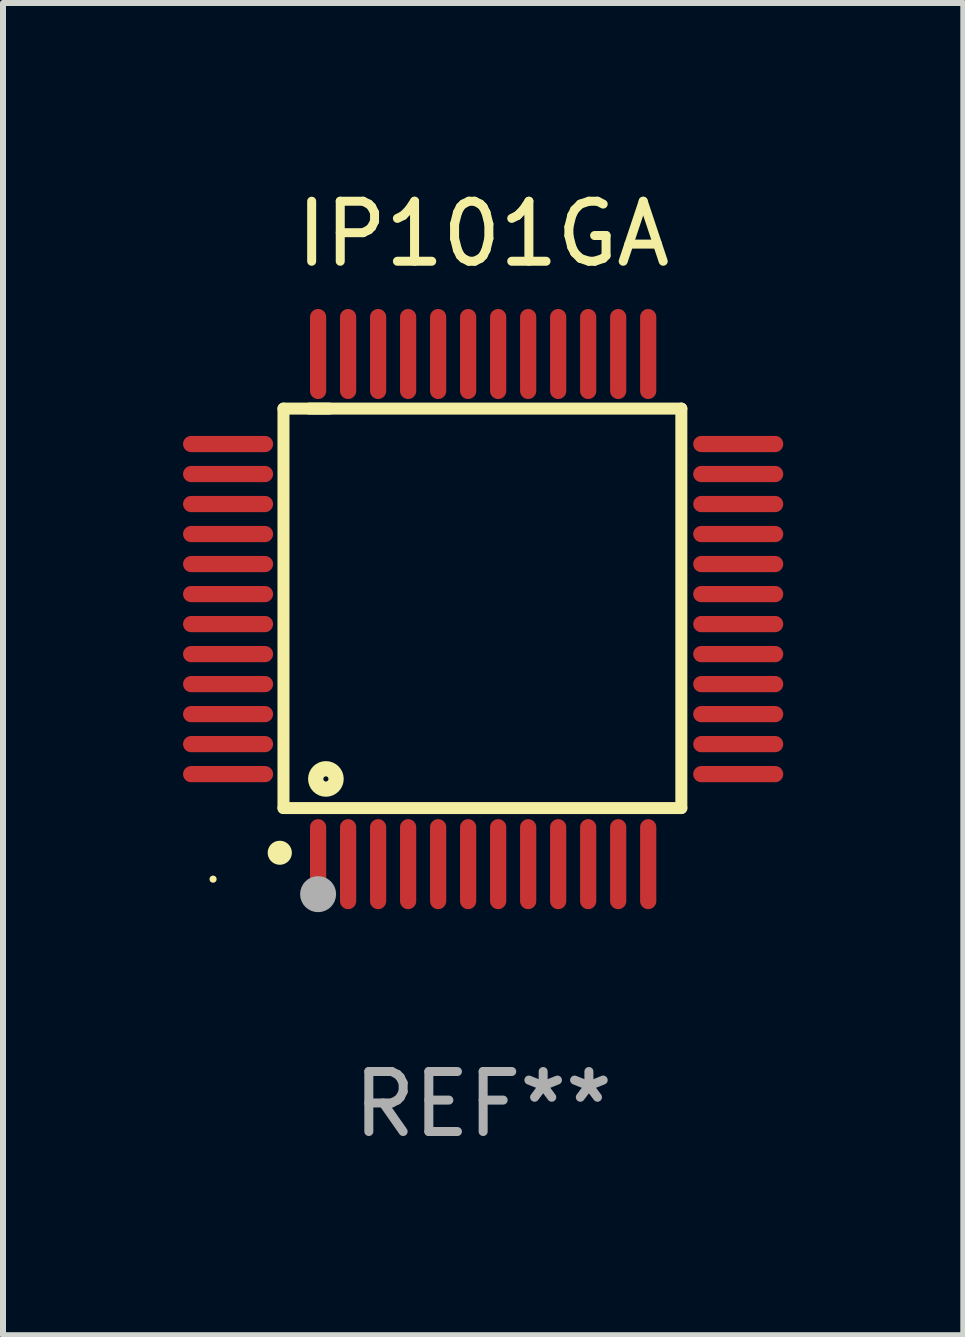
<source format=kicad_pcb>
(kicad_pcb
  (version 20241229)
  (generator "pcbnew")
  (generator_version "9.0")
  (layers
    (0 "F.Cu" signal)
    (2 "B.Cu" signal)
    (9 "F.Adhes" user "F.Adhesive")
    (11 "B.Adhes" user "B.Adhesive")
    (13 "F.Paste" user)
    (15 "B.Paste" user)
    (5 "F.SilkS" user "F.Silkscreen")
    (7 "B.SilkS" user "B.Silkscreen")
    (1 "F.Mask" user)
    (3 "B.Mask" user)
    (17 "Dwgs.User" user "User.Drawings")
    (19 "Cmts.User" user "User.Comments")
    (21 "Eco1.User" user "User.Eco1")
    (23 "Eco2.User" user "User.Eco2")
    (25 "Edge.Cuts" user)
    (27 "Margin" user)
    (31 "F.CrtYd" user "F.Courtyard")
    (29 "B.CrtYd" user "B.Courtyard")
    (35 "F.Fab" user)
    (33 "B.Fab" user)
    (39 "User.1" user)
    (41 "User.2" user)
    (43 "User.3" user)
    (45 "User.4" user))
  (footprint "IP101GA"
    (layer "F.Cu")
    (at 5 7.098)
    (property "Reference" "IP101GA" (at 0 -6.25 0) (layer "F.SilkS") (effects (font (size 1 1) (thickness 0.15))))
    (attr through_hole)
    (fp_line (start -3.327 -3.34) (end -2.565 -3.34) (stroke (width 0.2) (type solid)) (layer "F.SilkS"))
    (fp_line (start -3.327 3.315) (end -3.327 -3.34) (stroke (width 0.2) (type solid)) (layer "F.SilkS"))
    (fp_line (start -2.896 -3.34) (end 3.302 -3.34) (stroke (width 0.2) (type solid)) (layer "F.SilkS"))
    (fp_line (start 3.302 -3.34) (end 3.302 3.315) (stroke (width 0.2) (type solid)) (layer "F.SilkS"))
    (fp_line (start 3.302 3.315) (end -3.327 3.315) (stroke (width 0.2) (type solid)) (layer "F.SilkS"))
    (fp_arc (start -3.389992 4.059995) (mid -3.388722 4.059991) (end -3.387452 4.059995) (stroke (width 0.4) (type solid)) (layer "F.SilkS"))
    (fp_circle (center -4.5 4.5) (end -4.47 4.5) (stroke (width 0.06) (type solid)) (fill no) (layer "F.SilkS"))
    (fp_circle (center -2.62 2.83) (end -2.45 2.83) (stroke (width 0.254) (type solid)) (fill no) (layer "F.SilkS"))
    (fp_circle (center -2.75 4.75) (end -2.6 4.75) (stroke (width 0.3) (type solid)) (fill no) (layer "F.Fab"))
    (fp_text user "REF**" (at 0 8.25 0) (layer "F.Fab") (effects (font (size 1 1) (thickness 0.15))))
    (pad "1" smd oval (at -2.75 4.25) (size 0.27 1.5) (layers "F.Cu" "F.Mask" "F.Paste"))
    (pad "2" smd oval (at -2.25 4.25) (size 0.27 1.5) (layers "F.Cu" "F.Mask" "F.Paste"))
    (pad "3" smd oval (at -1.75 4.25) (size 0.27 1.5) (layers "F.Cu" "F.Mask" "F.Paste"))
    (pad "4" smd oval (at -1.25 4.25) (size 0.27 1.5) (layers "F.Cu" "F.Mask" "F.Paste"))
    (pad "5" smd oval (at -0.75 4.25) (size 0.27 1.5) (layers "F.Cu" "F.Mask" "F.Paste"))
    (pad "6" smd oval (at -0.25 4.25) (size 0.27 1.5) (layers "F.Cu" "F.Mask" "F.Paste"))
    (pad "7" smd oval (at 0.25 4.25) (size 0.27 1.5) (layers "F.Cu" "F.Mask" "F.Paste"))
    (pad "8" smd oval (at 0.75 4.25) (size 0.27 1.5) (layers "F.Cu" "F.Mask" "F.Paste"))
    (pad "9" smd oval (at 1.25 4.25) (size 0.27 1.5) (layers "F.Cu" "F.Mask" "F.Paste"))
    (pad "10" smd oval (at 1.75 4.25) (size 0.27 1.5) (layers "F.Cu" "F.Mask" "F.Paste"))
    (pad "11" smd oval (at 2.25 4.25) (size 0.27 1.5) (layers "F.Cu" "F.Mask" "F.Paste"))
    (pad "12" smd oval (at 2.75 4.25) (size 0.27 1.5) (layers "F.Cu" "F.Mask" "F.Paste"))
    (pad "13" smd oval (at 4.25 2.75) (size 1.5 0.27) (layers "F.Cu" "F.Mask" "F.Paste"))
    (pad "14" smd oval (at 4.25 2.25) (size 1.5 0.27) (layers "F.Cu" "F.Mask" "F.Paste"))
    (pad "15" smd oval (at 4.25 1.75) (size 1.5 0.27) (layers "F.Cu" "F.Mask" "F.Paste"))
    (pad "16" smd oval (at 4.25 1.25) (size 1.5 0.27) (layers "F.Cu" "F.Mask" "F.Paste"))
    (pad "17" smd oval (at 4.25 0.75) (size 1.5 0.27) (layers "F.Cu" "F.Mask" "F.Paste"))
    (pad "18" smd oval (at 4.25 0.25) (size 1.5 0.27) (layers "F.Cu" "F.Mask" "F.Paste"))
    (pad "19" smd oval (at 4.25 -0.25) (size 1.5 0.27) (layers "F.Cu" "F.Mask" "F.Paste"))
    (pad "20" smd oval (at 4.25 -0.75) (size 1.5 0.27) (layers "F.Cu" "F.Mask" "F.Paste"))
    (pad "21" smd oval (at 4.25 -1.25) (size 1.5 0.27) (layers "F.Cu" "F.Mask" "F.Paste"))
    (pad "22" smd oval (at 4.25 -1.75) (size 1.5 0.27) (layers "F.Cu" "F.Mask" "F.Paste"))
    (pad "23" smd oval (at 4.25 -2.25) (size 1.5 0.27) (layers "F.Cu" "F.Mask" "F.Paste"))
    (pad "24" smd oval (at 4.25 -2.75) (size 1.5 0.27) (layers "F.Cu" "F.Mask" "F.Paste"))
    (pad "25" smd oval (at 2.75 -4.25) (size 0.27 1.5) (layers "F.Cu" "F.Mask" "F.Paste"))
    (pad "26" smd oval (at 2.25 -4.25) (size 0.27 1.5) (layers "F.Cu" "F.Mask" "F.Paste"))
    (pad "27" smd oval (at 1.75 -4.25) (size 0.27 1.5) (layers "F.Cu" "F.Mask" "F.Paste"))
    (pad "28" smd oval (at 1.25 -4.25) (size 0.27 1.5) (layers "F.Cu" "F.Mask" "F.Paste"))
    (pad "29" smd oval (at 0.75 -4.25) (size 0.27 1.5) (layers "F.Cu" "F.Mask" "F.Paste"))
    (pad "30" smd oval (at 0.25 -4.25) (size 0.27 1.5) (layers "F.Cu" "F.Mask" "F.Paste"))
    (pad "31" smd oval (at -0.25 -4.25) (size 0.27 1.5) (layers "F.Cu" "F.Mask" "F.Paste"))
    (pad "32" smd oval (at -0.75 -4.25) (size 0.27 1.5) (layers "F.Cu" "F.Mask" "F.Paste"))
    (pad "33" smd oval (at -1.25 -4.25) (size 0.27 1.5) (layers "F.Cu" "F.Mask" "F.Paste"))
    (pad "34" smd oval (at -1.75 -4.25) (size 0.27 1.5) (layers "F.Cu" "F.Mask" "F.Paste"))
    (pad "35" smd oval (at -2.25 -4.25) (size 0.27 1.5) (layers "F.Cu" "F.Mask" "F.Paste"))
    (pad "36" smd oval (at -2.75 -4.25) (size 0.27 1.5) (layers "F.Cu" "F.Mask" "F.Paste"))
    (pad "37" smd oval (at -4.25 -2.75) (size 1.5 0.27) (layers "F.Cu" "F.Mask" "F.Paste"))
    (pad "38" smd oval (at -4.25 -2.25) (size 1.5 0.27) (layers "F.Cu" "F.Mask" "F.Paste"))
    (pad "39" smd oval (at -4.25 -1.75) (size 1.5 0.27) (layers "F.Cu" "F.Mask" "F.Paste"))
    (pad "40" smd oval (at -4.25 -1.25) (size 1.5 0.27) (layers "F.Cu" "F.Mask" "F.Paste"))
    (pad "41" smd oval (at -4.25 -0.75) (size 1.5 0.27) (layers "F.Cu" "F.Mask" "F.Paste"))
    (pad "42" smd oval (at -4.25 -0.25) (size 1.5 0.27) (layers "F.Cu" "F.Mask" "F.Paste"))
    (pad "43" smd oval (at -4.25 0.25) (size 1.5 0.27) (layers "F.Cu" "F.Mask" "F.Paste"))
    (pad "44" smd oval (at -4.25 0.75) (size 1.5 0.27) (layers "F.Cu" "F.Mask" "F.Paste"))
    (pad "45" smd oval (at -4.25 1.25) (size 1.5 0.27) (layers "F.Cu" "F.Mask" "F.Paste"))
    (pad "46" smd oval (at -4.25 1.75) (size 1.5 0.27) (layers "F.Cu" "F.Mask" "F.Paste"))
    (pad "47" smd oval (at -4.25 2.25) (size 1.5 0.27) (layers "F.Cu" "F.Mask" "F.Paste"))
    (pad "48" smd oval (at -4.25 2.75) (size 1.5 0.27) (layers "F.Cu" "F.Mask" "F.Paste")))
  (gr_rect
    (start -3 -3)
    (end 13 19.196)
    (stroke (width 0.1) (type default))
    (fill no)
    (layer "Edge.Cuts")))
</source>
